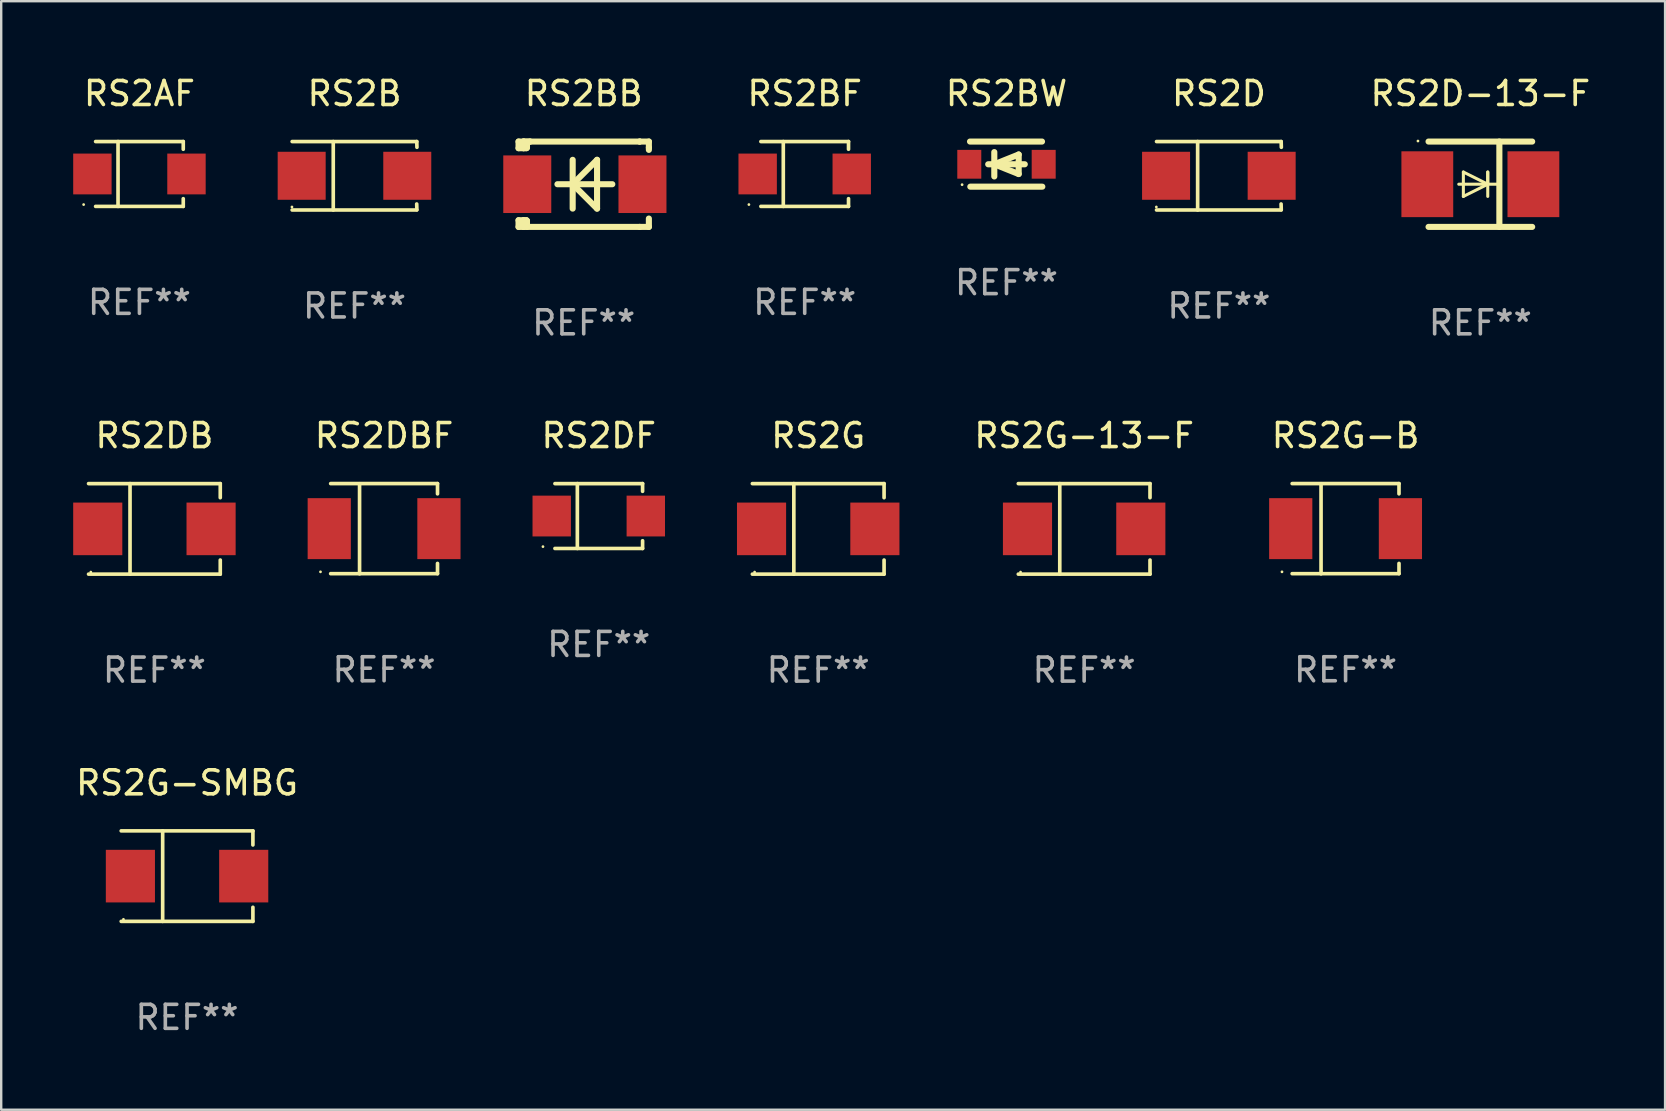
<source format=kicad_pcb>
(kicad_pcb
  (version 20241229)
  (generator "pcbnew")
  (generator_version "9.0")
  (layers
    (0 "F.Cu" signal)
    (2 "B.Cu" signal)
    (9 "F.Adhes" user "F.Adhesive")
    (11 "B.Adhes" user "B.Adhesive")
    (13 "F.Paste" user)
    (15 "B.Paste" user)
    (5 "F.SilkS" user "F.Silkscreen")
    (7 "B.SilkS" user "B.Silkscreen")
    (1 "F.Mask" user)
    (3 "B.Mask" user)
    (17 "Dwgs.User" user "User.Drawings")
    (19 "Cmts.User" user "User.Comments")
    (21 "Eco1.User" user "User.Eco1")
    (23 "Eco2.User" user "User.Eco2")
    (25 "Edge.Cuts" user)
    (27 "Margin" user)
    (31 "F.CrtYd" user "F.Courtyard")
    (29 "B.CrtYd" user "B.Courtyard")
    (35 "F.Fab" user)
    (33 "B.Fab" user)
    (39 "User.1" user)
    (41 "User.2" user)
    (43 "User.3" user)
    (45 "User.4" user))
  (footprint "RS2AF"
    (layer "F.Cu")
    (at 2.76 4.199)
    (property "Reference" "RS2AF" (at 0 -3.351 0) (layer "F.SilkS") (effects (font (size 1 1) (thickness 0.15))))
    (attr through_hole)
    (fp_line (start -1.826 -1.351) (end 1.826 -1.351) (stroke (width 0.152) (type solid)) (layer "F.SilkS"))
    (fp_line (start -1.826 1.351) (end 1.826 1.351) (stroke (width 0.152) (type solid)) (layer "F.SilkS"))
    (fp_line (start -0.892 -1.351) (end -0.892 1.351) (stroke (width 0.152) (type solid)) (layer "F.SilkS"))
    (fp_line (start 1.826 -1.351) (end 1.826 -1.03) (stroke (width 0.152) (type solid)) (layer "F.SilkS"))
    (fp_line (start 1.826 1.03) (end 1.826 1.351) (stroke (width 0.152) (type solid)) (layer "F.SilkS"))
    (fp_circle (center -2.325 1.275) (end -2.295 1.275) (stroke (width 0.06) (type solid)) (fill no) (layer "F.SilkS"))
    (fp_text user "REF**" (at 0 5.351 0) (layer "F.Fab") (effects (font (size 1 1) (thickness 0.15))))
    (pad "1" smd rect (at -1.96 0 180) (size 1.6 1.7) (layers "F.Cu" "F.Mask" "F.Paste"))
    (pad "2" smd rect (at 1.96 0 180) (size 1.6 1.7) (layers "F.Cu" "F.Mask" "F.Paste")))
  (footprint "RS2BW"
    (layer "F.Cu")
    (at 38.888 3.788)
    (property "Reference" "RS2BW" (at 0 -2.94 0) (layer "F.SilkS") (effects (font (size 1 1) (thickness 0.15))))
    (attr through_hole)
    (fp_line (start -1.52 -0.94) (end 1.48 -0.94) (stroke (width 0.254) (type solid)) (layer "F.SilkS"))
    (fp_line (start -1.507 0.94) (end 1.493 0.94) (stroke (width 0.254) (type solid)) (layer "F.SilkS"))
    (fp_line (start -0.762 0.007) (end 0.762 0.007) (stroke (width 0.254) (type solid)) (layer "F.SilkS"))
    (fp_line (start -0.508 -0.501) (end -0.508 0.515) (stroke (width 0.254) (type solid)) (layer "F.SilkS"))
    (fp_line (start -0.508 0.007) (end 0.508 -0.4) (stroke (width 0.254) (type solid)) (layer "F.SilkS"))
    (fp_line (start 0.508 -0.4) (end 0.508 0.413) (stroke (width 0.254) (type solid)) (layer "F.SilkS"))
    (fp_line (start 0.508 0.413) (end -0.508 0.007) (stroke (width 0.254) (type solid)) (layer "F.SilkS"))
    (fp_circle (center -1.85 0.857) (end -1.82 0.857) (stroke (width 0.06) (type solid)) (fill no) (layer "F.SilkS"))
    (fp_text user "REF**" (at 0 4.94 0) (layer "F.Fab") (effects (font (size 1 1) (thickness 0.15))))
    (pad "1" smd rect (at -1.55 0.007) (size 1 1.2) (layers "F.Cu" "F.Mask" "F.Paste"))
    (pad "2" smd rect (at 1.55 0.007) (size 1 1.2) (layers "F.Cu" "F.Mask" "F.Paste")))
  (footprint "RS2D"
    (layer "F.Cu")
    (at 47.74 4.274)
    (property "Reference" "RS2D" (at 0 -3.426 0) (layer "F.SilkS") (effects (font (size 1 1) (thickness 0.15))))
    (attr through_hole)
    (fp_line (start -2.6 -1.426) (end 2.593 -1.426) (stroke (width 0.152) (type solid)) (layer "F.SilkS"))
    (fp_line (start -2.6 1.426) (end 2.593 1.426) (stroke (width 0.152) (type solid)) (layer "F.SilkS"))
    (fp_line (start -0.887 -1.426) (end -0.887 1.426) (stroke (width 0.152) (type solid)) (layer "F.SilkS"))
    (fp_line (start 2.59 1.176) (end 2.597 1.415) (stroke (width 0.152) (type solid)) (layer "F.SilkS"))
    (fp_line (start 2.593 -1.426) (end 2.6 -1.187) (stroke (width 0.152) (type solid)) (layer "F.SilkS"))
    (fp_circle (center -2.608 1.3) (end -2.578 1.3) (stroke (width 0.06) (type solid)) (fill no) (layer "F.SilkS"))
    (fp_text user "REF**" (at 0 5.426 0) (layer "F.Fab") (effects (font (size 1 1) (thickness 0.15))))
    (pad "1" smd rect (at -2.203 0 180) (size 2 2) (layers "F.Cu" "F.Mask" "F.Paste"))
    (pad "2" smd rect (at 2.197 0 180) (size 2 2) (layers "F.Cu" "F.Mask" "F.Paste")))
  (footprint "RS2BF"
    (layer "F.Cu")
    (at 30.48 4.199)
    (property "Reference" "RS2BF" (at 0 -3.351 0) (layer "F.SilkS") (effects (font (size 1 1) (thickness 0.15))))
    (attr through_hole)
    (fp_line (start -1.826 -1.351) (end 1.826 -1.351) (stroke (width 0.152) (type solid)) (layer "F.SilkS"))
    (fp_line (start -1.826 1.351) (end 1.826 1.351) (stroke (width 0.152) (type solid)) (layer "F.SilkS"))
    (fp_line (start -0.892 -1.351) (end -0.892 1.351) (stroke (width 0.152) (type solid)) (layer "F.SilkS"))
    (fp_line (start 1.826 -1.351) (end 1.826 -1.03) (stroke (width 0.152) (type solid)) (layer "F.SilkS"))
    (fp_line (start 1.826 1.03) (end 1.826 1.351) (stroke (width 0.152) (type solid)) (layer "F.SilkS"))
    (fp_circle (center -2.325 1.275) (end -2.295 1.275) (stroke (width 0.06) (type solid)) (fill no) (layer "F.SilkS"))
    (fp_text user "REF**" (at 0 5.351 0) (layer "F.Fab") (effects (font (size 1 1) (thickness 0.15))))
    (pad "1" smd rect (at -1.96 0 180) (size 1.6 1.7) (layers "F.Cu" "F.Mask" "F.Paste"))
    (pad "2" smd rect (at 1.96 0 180) (size 1.6 1.7) (layers "F.Cu" "F.Mask" "F.Paste")))
  (footprint "RS2G-B"
    (layer "F.Cu")
    (at 53.017 18.98)
    (property "Reference" "RS2G-B" (at 0 -3.88 0) (layer "F.SilkS") (effects (font (size 1 1) (thickness 0.15))))
    (attr through_hole)
    (fp_line (start -2.226 -1.88) (end 2.226 -1.88) (stroke (width 0.152) (type solid)) (layer "F.SilkS"))
    (fp_line (start -2.226 1.873) (end 2.226 1.873) (stroke (width 0.152) (type solid)) (layer "F.SilkS"))
    (fp_line (start -1.022 -1.873) (end -1.022 1.88) (stroke (width 0.152) (type solid)) (layer "F.SilkS"))
    (fp_line (start 2.226 -1.88) (end 2.226 -1.453) (stroke (width 0.152) (type solid)) (layer "F.SilkS"))
    (fp_line (start 2.226 1.447) (end 2.226 1.873) (stroke (width 0.152) (type solid)) (layer "F.SilkS"))
    (fp_circle (center -2.65 1.797) (end -2.62 1.797) (stroke (width 0.06) (type solid)) (fill no) (layer "F.SilkS"))
    (fp_text user "REF**" (at 0 5.88 0) (layer "F.Fab") (effects (font (size 1 1) (thickness 0.15))))
    (pad "1" smd rect (at -2.285 -0.003) (size 1.8 2.54) (layers "F.Cu" "F.Mask" "F.Paste"))
    (pad "2" smd rect (at 2.285 -0.003) (size 1.8 2.54) (layers "F.Cu" "F.Mask" "F.Paste")))
  (footprint "RS2DF"
    (layer "F.Cu")
    (at 21.899 18.452)
    (property "Reference" "RS2DF" (at 0 -3.351 0) (layer "F.SilkS") (effects (font (size 1 1) (thickness 0.15))))
    (attr through_hole)
    (fp_line (start -1.826 -1.351) (end 1.826 -1.351) (stroke (width 0.152) (type solid)) (layer "F.SilkS"))
    (fp_line (start -1.826 1.351) (end 1.826 1.351) (stroke (width 0.152) (type solid)) (layer "F.SilkS"))
    (fp_line (start -0.892 -1.351) (end -0.892 1.351) (stroke (width 0.152) (type solid)) (layer "F.SilkS"))
    (fp_line (start 1.826 -1.351) (end 1.826 -1.03) (stroke (width 0.152) (type solid)) (layer "F.SilkS"))
    (fp_line (start 1.826 1.03) (end 1.826 1.351) (stroke (width 0.152) (type solid)) (layer "F.SilkS"))
    (fp_circle (center -2.325 1.275) (end -2.295 1.275) (stroke (width 0.06) (type solid)) (fill no) (layer "F.SilkS"))
    (fp_text user "REF**" (at 0 5.351 0) (layer "F.Fab") (effects (font (size 1 1) (thickness 0.15))))
    (pad "1" smd rect (at -1.96 0 180) (size 1.6 1.7) (layers "F.Cu" "F.Mask" "F.Paste"))
    (pad "2" smd rect (at 1.96 0 180) (size 1.6 1.7) (layers "F.Cu" "F.Mask" "F.Paste")))
  (footprint "RS2DBF"
    (layer "F.Cu")
    (at 12.954 18.98)
    (property "Reference" "RS2DBF" (at 0 -3.88 0) (layer "F.SilkS") (effects (font (size 1 1) (thickness 0.15))))
    (attr through_hole)
    (fp_line (start -2.226 -1.88) (end 2.226 -1.88) (stroke (width 0.152) (type solid)) (layer "F.SilkS"))
    (fp_line (start -2.226 1.873) (end 2.226 1.873) (stroke (width 0.152) (type solid)) (layer "F.SilkS"))
    (fp_line (start -1.022 -1.873) (end -1.022 1.88) (stroke (width 0.152) (type solid)) (layer "F.SilkS"))
    (fp_line (start 2.226 -1.88) (end 2.226 -1.453) (stroke (width 0.152) (type solid)) (layer "F.SilkS"))
    (fp_line (start 2.226 1.447) (end 2.226 1.873) (stroke (width 0.152) (type solid)) (layer "F.SilkS"))
    (fp_circle (center -2.65 1.797) (end -2.62 1.797) (stroke (width 0.06) (type solid)) (fill no) (layer "F.SilkS"))
    (fp_text user "REF**" (at 0 5.88 0) (layer "F.Fab") (effects (font (size 1 1) (thickness 0.15))))
    (pad "1" smd rect (at -2.285 -0.003) (size 1.8 2.54) (layers "F.Cu" "F.Mask" "F.Paste"))
    (pad "2" smd rect (at 2.285 -0.003) (size 1.8 2.54) (layers "F.Cu" "F.Mask" "F.Paste")))
  (footprint "RS2G-13-F"
    (layer "F.Cu")
    (at 42.124 18.987)
    (property "Reference" "RS2G-13-F" (at 0 -3.886 0) (layer "F.SilkS") (effects (font (size 1 1) (thickness 0.15))))
    (attr through_hole)
    (fp_line (start -2.744 -1.886) (end 2.744 -1.886) (stroke (width 0.152) (type solid)) (layer "F.SilkS"))
    (fp_line (start -2.744 1.886) (end 2.744 1.886) (stroke (width 0.152) (type solid)) (layer "F.SilkS"))
    (fp_line (start -1.016 -1.886) (end -1.016 1.886) (stroke (width 0.152) (type solid)) (layer "F.SilkS"))
    (fp_line (start 2.744 -1.886) (end 2.744 -1.299) (stroke (width 0.152) (type solid)) (layer "F.SilkS"))
    (fp_line (start 2.744 1.886) (end 2.744 1.299) (stroke (width 0.152) (type solid)) (layer "F.SilkS"))
    (fp_circle (center -2.65 1.8) (end -2.62 1.8) (stroke (width 0.06) (type solid)) (fill no) (layer "F.SilkS"))
    (fp_text user "REF**" (at 0 5.886 0) (layer "F.Fab") (effects (font (size 1 1) (thickness 0.15))))
    (pad "1" smd rect (at -2.361 0) (size 2.047 2.192) (layers "F.Cu" "F.Mask" "F.Paste"))
    (pad "2" smd rect (at 2.361 0) (size 2.047 2.192) (layers "F.Cu" "F.Mask" "F.Paste")))
  (footprint "RS2G"
    (layer "F.Cu")
    (at 31.043 18.987)
    (property "Reference" "RS2G" (at 0 -3.886 0) (layer "F.SilkS") (effects (font (size 1 1) (thickness 0.15))))
    (attr through_hole)
    (fp_line (start -2.744 -1.886) (end 2.744 -1.886) (stroke (width 0.152) (type solid)) (layer "F.SilkS"))
    (fp_line (start -2.744 1.886) (end 2.744 1.886) (stroke (width 0.152) (type solid)) (layer "F.SilkS"))
    (fp_line (start -1.016 -1.886) (end -1.016 1.886) (stroke (width 0.152) (type solid)) (layer "F.SilkS"))
    (fp_line (start 2.744 -1.886) (end 2.744 -1.299) (stroke (width 0.152) (type solid)) (layer "F.SilkS"))
    (fp_line (start 2.744 1.886) (end 2.744 1.299) (stroke (width 0.152) (type solid)) (layer "F.SilkS"))
    (fp_circle (center -2.65 1.8) (end -2.62 1.8) (stroke (width 0.06) (type solid)) (fill no) (layer "F.SilkS"))
    (fp_text user "REF**" (at 0 5.886 0) (layer "F.Fab") (effects (font (size 1 1) (thickness 0.15))))
    (pad "1" smd rect (at -2.361 0) (size 2.047 2.192) (layers "F.Cu" "F.Mask" "F.Paste"))
    (pad "2" smd rect (at 2.361 0) (size 2.047 2.192) (layers "F.Cu" "F.Mask" "F.Paste")))
  (footprint "RS2G-SMBG"
    (layer "F.Cu")
    (at 4.744 33.456)
    (property "Reference" "RS2G-SMBG" (at 0 -3.886 0) (layer "F.SilkS") (effects (font (size 1 1) (thickness 0.15))))
    (attr through_hole)
    (fp_line (start -2.744 -1.886) (end 2.744 -1.886) (stroke (width 0.152) (type solid)) (layer "F.SilkS"))
    (fp_line (start -2.744 1.886) (end 2.744 1.886) (stroke (width 0.152) (type solid)) (layer "F.SilkS"))
    (fp_line (start -1.016 -1.886) (end -1.016 1.886) (stroke (width 0.152) (type solid)) (layer "F.SilkS"))
    (fp_line (start 2.744 -1.886) (end 2.744 -1.299) (stroke (width 0.152) (type solid)) (layer "F.SilkS"))
    (fp_line (start 2.744 1.886) (end 2.744 1.299) (stroke (width 0.152) (type solid)) (layer "F.SilkS"))
    (fp_circle (center -2.65 1.8) (end -2.62 1.8) (stroke (width 0.06) (type solid)) (fill no) (layer "F.SilkS"))
    (fp_text user "REF**" (at 0 5.886 0) (layer "F.Fab") (effects (font (size 1 1) (thickness 0.15))))
    (pad "1" smd rect (at -2.361 0) (size 2.047 2.192) (layers "F.Cu" "F.Mask" "F.Paste"))
    (pad "2" smd rect (at 2.361 0) (size 2.047 2.192) (layers "F.Cu" "F.Mask" "F.Paste")))
  (footprint "RS2D-13-F"
    (layer "F.Cu")
    (at 58.633 4.626)
    (property "Reference" "RS2D-13-F" (at 0 -3.778 0) (layer "F.SilkS") (effects (font (size 1 1) (thickness 0.15))))
    (attr through_hole)
    (fp_line (start -2.159 -1.778) (end 2.159 -1.778) (stroke (width 0.254) (type solid)) (layer "F.SilkS"))
    (fp_line (start -0.9 0) (end 0.816 0) (stroke (width 0.127) (type solid)) (layer "F.SilkS"))
    (fp_line (start -0.708 -0.508) (end -0.708 0.508) (stroke (width 0.127) (type solid)) (layer "F.SilkS"))
    (fp_line (start -0.708 0.508) (end 0.308 0) (stroke (width 0.127) (type solid)) (layer "F.SilkS"))
    (fp_line (start 0.308 -0.508) (end 0.308 0.508) (stroke (width 0.127) (type solid)) (layer "F.SilkS"))
    (fp_line (start 0.308 0) (end -0.708 -0.508) (stroke (width 0.127) (type solid)) (layer "F.SilkS"))
    (fp_line (start 0.308 0) (end 0.308 -0.508) (stroke (width 0.127) (type solid)) (layer "F.SilkS"))
    (fp_line (start 0.792 -1.778) (end 0.792 1.778) (stroke (width 0.254) (type solid)) (layer "F.SilkS"))
    (fp_line (start 2.159 1.778) (end -2.159 1.778) (stroke (width 0.254) (type solid)) (layer "F.SilkS"))
    (fp_circle (center -2.6 -1.8) (end -2.57 -1.8) (stroke (width 0.06) (type solid)) (fill no) (layer "F.SilkS"))
    (fp_text user "REF**" (at 0 5.778 0) (layer "F.Fab") (effects (font (size 1 1) (thickness 0.15))))
    (pad "1" smd rect (at -2.21 0) (size 2.159 2.743) (layers "F.Cu" "F.Mask" "F.Paste"))
    (pad "2" smd rect (at 2.21 0) (size 2.159 2.743) (layers "F.Cu" "F.Mask" "F.Paste")))
  (footprint "RS2BB"
    (layer "F.Cu")
    (at 21.272 4.626)
    (property "Reference" "RS2BB" (at 0 -3.778 0) (layer "F.SilkS") (effects (font (size 1 1) (thickness 0.15))))
    (attr through_hole)
    (fp_line (start -2.715 -1.778) (end -2.715 -1.501) (stroke (width 0.254) (type solid)) (layer "F.SilkS"))
    (fp_line (start -2.715 -1.501) (end -2.505 -1.501) (stroke (width 0.254) (type solid)) (layer "F.SilkS"))
    (fp_line (start -2.715 1.501) (end -2.715 1.778) (stroke (width 0.254) (type solid)) (layer "F.SilkS"))
    (fp_line (start -2.715 1.501) (end -2.505 1.501) (stroke (width 0.254) (type solid)) (layer "F.SilkS"))
    (fp_line (start -2.715 1.778) (end -2.504 1.778) (stroke (width 0.254) (type solid)) (layer "F.SilkS"))
    (fp_line (start -2.505 -1.778) (end -2.715 -1.778) (stroke (width 0.254) (type solid)) (layer "F.SilkS"))
    (fp_line (start -2.505 -1.778) (end -2.238 -1.778) (stroke (width 0.254) (type solid)) (layer "F.SilkS"))
    (fp_line (start -2.505 -1.501) (end -2.505 -1.651) (stroke (width 0.254) (type solid)) (layer "F.SilkS"))
    (fp_line (start -2.505 -1.501) (end -2.388 -1.501) (stroke (width 0.254) (type solid)) (layer "F.SilkS"))
    (fp_line (start -2.505 1.501) (end -2.505 1.778) (stroke (width 0.254) (type solid)) (layer "F.SilkS"))
    (fp_line (start -2.505 1.501) (end -2.388 1.501) (stroke (width 0.254) (type solid)) (layer "F.SilkS"))
    (fp_line (start -2.388 1.501) (end -2.365 1.524) (stroke (width 0.254) (type solid)) (layer "F.SilkS"))
    (fp_line (start -2.388 -1.501) (end -2.365 -1.524) (stroke (width 0.254) (type solid)) (layer "F.SilkS"))
    (fp_line (start -2.365 -1.651) (end -2.505 -1.778) (stroke (width 0.254) (type solid)) (layer "F.SilkS"))
    (fp_line (start -2.365 -1.524) (end -2.365 -1.651) (stroke (width 0.254) (type solid)) (layer "F.SilkS"))
    (fp_line (start -2.365 1.524) (end -2.365 1.778) (stroke (width 0.254) (type solid)) (layer "F.SilkS"))
    (fp_line (start -2.239 -1.778) (end 2.333 -1.778) (stroke (width 0.254) (type solid)) (layer "F.SilkS"))
    (fp_line (start -2.238 -1.778) (end -2.505 -1.778) (stroke (width 0.254) (type solid)) (layer "F.SilkS"))
    (fp_line (start -1.095 0) (end 1.191 0) (stroke (width 0.254) (type solid)) (layer "F.SilkS"))
    (fp_line (start -0.46 -1.016) (end -0.46 1.016) (stroke (width 0.254) (type solid)) (layer "F.SilkS"))
    (fp_line (start -0.46 -0.000127) (end 0.556 1.016) (stroke (width 0.254) (type solid)) (layer "F.SilkS"))
    (fp_line (start 0.556 -1.016) (end 0.556 1.016) (stroke (width 0.254) (type solid)) (layer "F.SilkS"))
    (fp_line (start 0.556 -1.016) (end -0.46 -0.000127) (stroke (width 0.254) (type solid)) (layer "F.SilkS"))
    (fp_line (start 2.333 -1.778) (end 2.333 -1.778) (stroke (width 0.254) (type solid)) (layer "F.SilkS"))
    (fp_line (start 2.333 -1.778) (end 2.715 -1.778) (stroke (width 0.254) (type solid)) (layer "F.SilkS"))
    (fp_line (start 2.334 1.778) (end -2.504 1.778) (stroke (width 0.254) (type solid)) (layer "F.SilkS"))
    (fp_line (start 2.715 -1.778) (end 2.715 -1.524) (stroke (width 0.254) (type solid)) (layer "F.SilkS"))
    (fp_line (start 2.715 -1.524) (end 2.715 -1.431) (stroke (width 0.254) (type solid)) (layer "F.SilkS"))
    (fp_line (start 2.715 1.431) (end 2.715 1.778) (stroke (width 0.254) (type solid)) (layer "F.SilkS"))
    (fp_line (start 2.715 1.778) (end 2.334 1.778) (stroke (width 0.254) (type solid)) (layer "F.SilkS"))
    (fp_circle (center -2.602 1.8) (end -2.572 1.8) (stroke (width 0.06) (type solid)) (fill no) (layer "F.SilkS"))
    (fp_text user "REF**" (at 0 5.778 0) (layer "F.Fab") (effects (font (size 1 1) (thickness 0.15))))
    (pad "1" smd rect (at -2.352 -0.000076) (size 2 2.4) (layers "F.Cu" "F.Mask" "F.Paste"))
    (pad "2" smd rect (at 2.448 -0.000076) (size 2 2.4) (layers "F.Cu" "F.Mask" "F.Paste")))
  (footprint "RS2B"
    (layer "F.Cu")
    (at 11.723 4.274)
    (property "Reference" "RS2B" (at 0 -3.426 0) (layer "F.SilkS") (effects (font (size 1 1) (thickness 0.15))))
    (attr through_hole)
    (fp_line (start -2.6 -1.426) (end 2.593 -1.426) (stroke (width 0.152) (type solid)) (layer "F.SilkS"))
    (fp_line (start -2.6 1.426) (end 2.593 1.426) (stroke (width 0.152) (type solid)) (layer "F.SilkS"))
    (fp_line (start -0.887 -1.426) (end -0.887 1.426) (stroke (width 0.152) (type solid)) (layer "F.SilkS"))
    (fp_line (start 2.59 1.176) (end 2.597 1.415) (stroke (width 0.152) (type solid)) (layer "F.SilkS"))
    (fp_line (start 2.593 -1.426) (end 2.6 -1.187) (stroke (width 0.152) (type solid)) (layer "F.SilkS"))
    (fp_circle (center -2.608 1.3) (end -2.578 1.3) (stroke (width 0.06) (type solid)) (fill no) (layer "F.SilkS"))
    (fp_text user "REF**" (at 0 5.426 0) (layer "F.Fab") (effects (font (size 1 1) (thickness 0.15))))
    (pad "1" smd rect (at -2.203 0 180) (size 2 2) (layers "F.Cu" "F.Mask" "F.Paste"))
    (pad "2" smd rect (at 2.197 0 180) (size 2 2) (layers "F.Cu" "F.Mask" "F.Paste")))
  (footprint "RS2DB"
    (layer "F.Cu")
    (at 3.384 18.987)
    (property "Reference" "RS2DB" (at 0 -3.886 0) (layer "F.SilkS") (effects (font (size 1 1) (thickness 0.15))))
    (attr through_hole)
    (fp_line (start -2.744 -1.886) (end 2.744 -1.886) (stroke (width 0.152) (type solid)) (layer "F.SilkS"))
    (fp_line (start -2.744 1.886) (end 2.744 1.886) (stroke (width 0.152) (type solid)) (layer "F.SilkS"))
    (fp_line (start -1.016 -1.886) (end -1.016 1.886) (stroke (width 0.152) (type solid)) (layer "F.SilkS"))
    (fp_line (start 2.744 -1.886) (end 2.744 -1.299) (stroke (width 0.152) (type solid)) (layer "F.SilkS"))
    (fp_line (start 2.744 1.886) (end 2.744 1.299) (stroke (width 0.152) (type solid)) (layer "F.SilkS"))
    (fp_circle (center -2.65 1.8) (end -2.62 1.8) (stroke (width 0.06) (type solid)) (fill no) (layer "F.SilkS"))
    (fp_text user "REF**" (at 0 5.886 0) (layer "F.Fab") (effects (font (size 1 1) (thickness 0.15))))
    (pad "1" smd rect (at -2.361 0) (size 2.047 2.192) (layers "F.Cu" "F.Mask" "F.Paste"))
    (pad "2" smd rect (at 2.361 0) (size 2.047 2.192) (layers "F.Cu" "F.Mask" "F.Paste")))
  (gr_rect
    (start -3 -3)
    (end 66.33 43.19)
    (stroke (width 0.1) (type default))
    (fill no)
    (layer "Edge.Cuts")))
</source>
